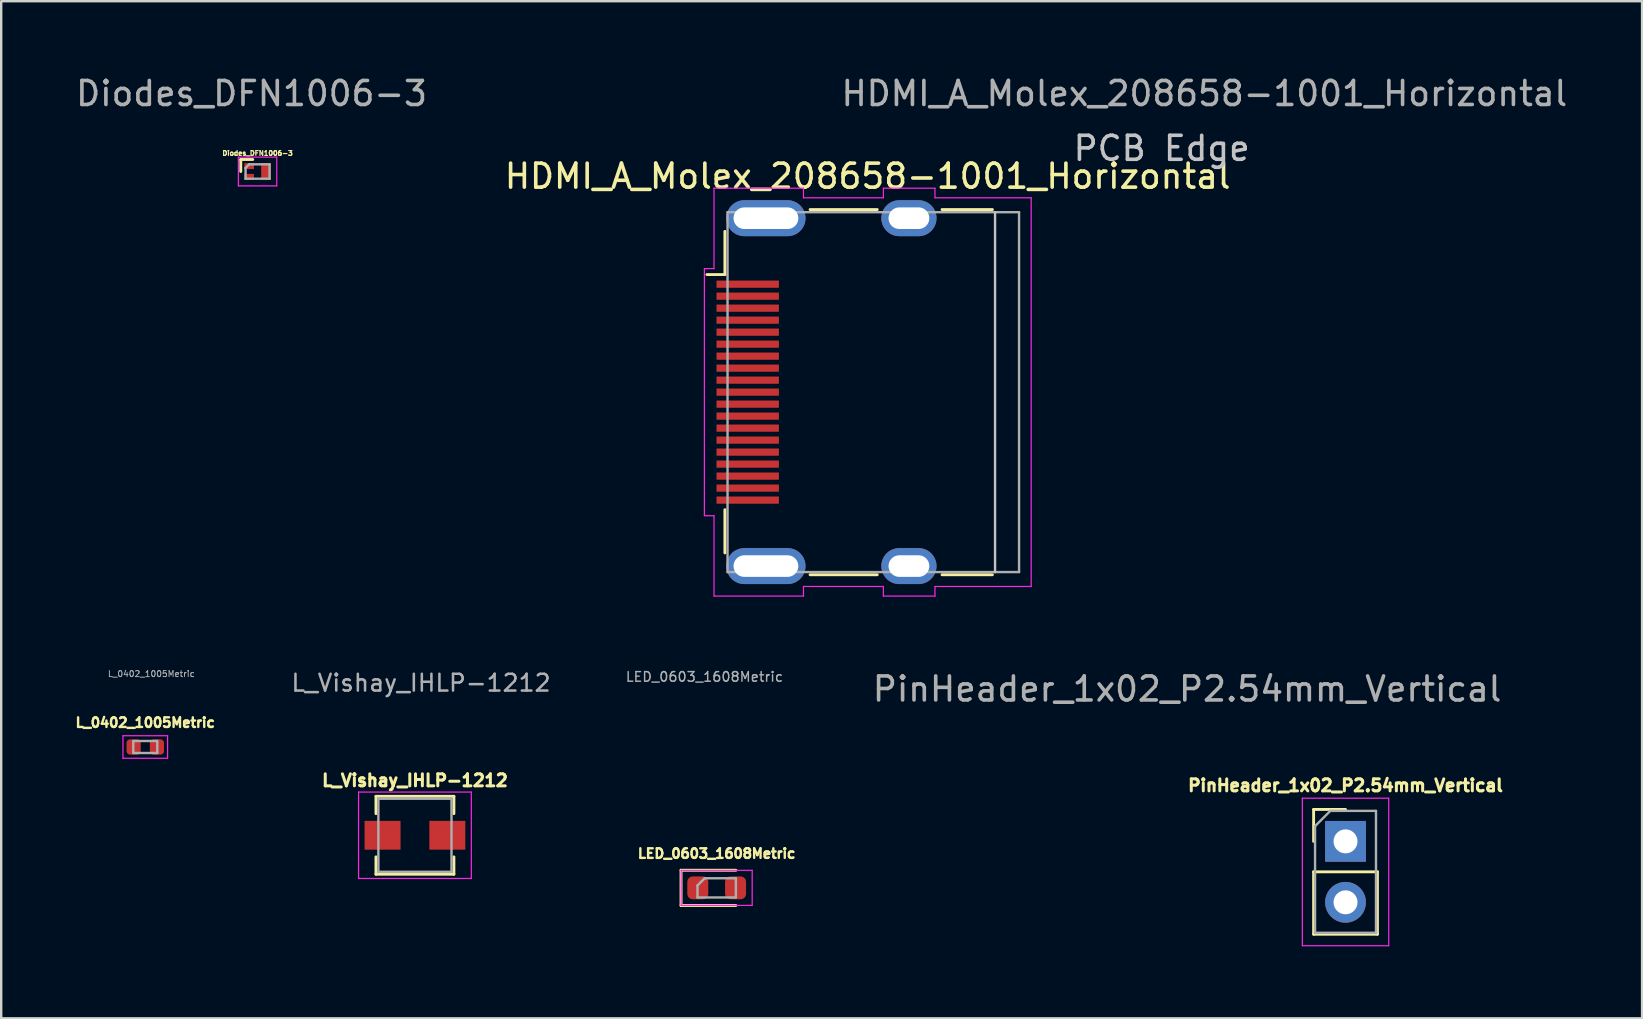
<source format=kicad_pcb>
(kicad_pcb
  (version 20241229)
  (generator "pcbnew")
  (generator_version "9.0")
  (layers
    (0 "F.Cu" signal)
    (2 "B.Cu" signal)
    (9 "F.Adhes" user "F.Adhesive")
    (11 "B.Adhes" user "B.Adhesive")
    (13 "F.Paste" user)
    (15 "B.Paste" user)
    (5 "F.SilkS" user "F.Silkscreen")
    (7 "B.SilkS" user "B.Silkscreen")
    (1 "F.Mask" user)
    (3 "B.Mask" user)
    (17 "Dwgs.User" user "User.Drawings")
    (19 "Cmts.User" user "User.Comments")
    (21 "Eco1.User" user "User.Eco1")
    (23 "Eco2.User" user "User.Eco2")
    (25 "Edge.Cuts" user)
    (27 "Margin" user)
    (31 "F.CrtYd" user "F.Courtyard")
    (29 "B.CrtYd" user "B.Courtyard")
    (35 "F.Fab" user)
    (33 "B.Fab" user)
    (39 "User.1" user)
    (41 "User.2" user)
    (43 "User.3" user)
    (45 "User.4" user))
  (footprint "LED_0603_1608Metric"
    (layer "F.Cu")
    (at 26.82 33.955)
    (property "Reference" "LED_0603_1608Metric" (at 0 -1.43 0) (layer "F.SilkS") (effects (font (size 0.4 0.4) (thickness 0.1))))
    (attr smd)
    (fp_line (start -1.485 -0.735) (end -1.485 0.735) (stroke (width 0.12) (type solid)) (layer "F.SilkS"))
    (fp_line (start -1.485 0.735) (end 0.8 0.735) (stroke (width 0.12) (type solid)) (layer "F.SilkS"))
    (fp_line (start 0.8 -0.735) (end -1.485 -0.735) (stroke (width 0.12) (type solid)) (layer "F.SilkS"))
    (fp_line (start -1.48 -0.73) (end 1.48 -0.73) (stroke (width 0.05) (type solid)) (layer "F.CrtYd"))
    (fp_line (start -1.48 0.73) (end -1.48 -0.73) (stroke (width 0.05) (type solid)) (layer "F.CrtYd"))
    (fp_line (start 1.48 -0.73) (end 1.48 0.73) (stroke (width 0.05) (type solid)) (layer "F.CrtYd"))
    (fp_line (start 1.48 0.73) (end -1.48 0.73) (stroke (width 0.05) (type solid)) (layer "F.CrtYd"))
    (fp_line (start -0.8 -0.1) (end -0.8 0.4) (stroke (width 0.1) (type solid)) (layer "F.Fab"))
    (fp_line (start -0.8 0.4) (end 0.8 0.4) (stroke (width 0.1) (type solid)) (layer "F.Fab"))
    (fp_line (start -0.5 -0.4) (end -0.8 -0.1) (stroke (width 0.1) (type solid)) (layer "F.Fab"))
    (fp_line (start 0.8 -0.4) (end -0.5 -0.4) (stroke (width 0.1) (type solid)) (layer "F.Fab"))
    (fp_line (start 0.8 0.4) (end 0.8 -0.4) (stroke (width 0.1) (type solid)) (layer "F.Fab"))
    (fp_text user "${REFERENCE}" (at -0.508 -8.796 0) (layer "F.Fab") (effects (font (size 0.4 0.4) (thickness 0.06))))
    (pad "1" smd roundrect (at -0.787 0) (size 0.875 0.95) (layers "F.Cu" "F.Mask" "F.Paste") (roundrect_rratio 0.25))
    (pad "2" smd roundrect (at 0.787 0) (size 0.875 0.95) (layers "F.Cu" "F.Mask" "F.Paste") (roundrect_rratio 0.25)))
  (footprint "PinHeader_1x02_P2.54mm_Vertical"
    (layer "F.Cu")
    (at 53.03 32.017)
    (property "Reference" "PinHeader_1x02_P2.54mm_Vertical" (at 0 -2.33 0) (layer "F.SilkS") (effects (font (size 0.5 0.5) (thickness 0.125))))
    (attr through_hole)
    (fp_line (start -1.33 -1.33) (end 0 -1.33) (stroke (width 0.12) (type solid)) (layer "F.SilkS"))
    (fp_line (start -1.33 0) (end -1.33 -1.33) (stroke (width 0.12) (type solid)) (layer "F.SilkS"))
    (fp_line (start -1.33 1.27) (end -1.33 3.87) (stroke (width 0.12) (type solid)) (layer "F.SilkS"))
    (fp_line (start -1.33 1.27) (end 1.33 1.27) (stroke (width 0.12) (type solid)) (layer "F.SilkS"))
    (fp_line (start -1.33 3.87) (end 1.33 3.87) (stroke (width 0.12) (type solid)) (layer "F.SilkS"))
    (fp_line (start 1.33 1.27) (end 1.33 3.87) (stroke (width 0.12) (type solid)) (layer "F.SilkS"))
    (fp_line (start -1.8 -1.8) (end -1.8 4.35) (stroke (width 0.05) (type solid)) (layer "F.CrtYd"))
    (fp_line (start -1.8 4.35) (end 1.8 4.35) (stroke (width 0.05) (type solid)) (layer "F.CrtYd"))
    (fp_line (start 1.8 -1.8) (end -1.8 -1.8) (stroke (width 0.05) (type solid)) (layer "F.CrtYd"))
    (fp_line (start 1.8 4.35) (end 1.8 -1.8) (stroke (width 0.05) (type solid)) (layer "F.CrtYd"))
    (fp_line (start -1.27 -0.635) (end -0.635 -1.27) (stroke (width 0.1) (type solid)) (layer "F.Fab"))
    (fp_line (start -1.27 3.81) (end -1.27 -0.635) (stroke (width 0.1) (type solid)) (layer "F.Fab"))
    (fp_line (start -0.635 -1.27) (end 1.27 -1.27) (stroke (width 0.1) (type solid)) (layer "F.Fab"))
    (fp_line (start 1.27 -1.27) (end 1.27 3.81) (stroke (width 0.1) (type solid)) (layer "F.Fab"))
    (fp_line (start 1.27 3.81) (end -1.27 3.81) (stroke (width 0.1) (type solid)) (layer "F.Fab"))
    (fp_text user "${REFERENCE}" (at -6.604 -6.35 180) (layer "F.Fab") (effects (font (size 1 1) (thickness 0.15))))
    (pad "1" thru_hole rect (at 0 0) (size 1.7 1.7) (drill 1) (layers "*.Cu" "*.Mask"))
    (pad "2" thru_hole oval (at 0 2.54) (size 1.7 1.7) (drill 1) (layers "*.Cu" "*.Mask")))
  (footprint "Diodes_DFN1006-3"
    (layer "F.Cu")
    (at 7.685 4.098)
    (property "Reference" "Diodes_DFN1006-3" (at 0 -0.762 0) (layer "F.SilkS") (effects (font (size 0.2 0.2) (thickness 0.05))))
    (attr smd)
    (fp_line (start -0.7 -0.5) (end -0.7 0) (stroke (width 0.12) (type solid)) (layer "F.SilkS"))
    (fp_line (start -0.2 -0.5) (end -0.7 -0.5) (stroke (width 0.12) (type solid)) (layer "F.SilkS"))
    (fp_line (start -0.8 -0.6) (end 0.8 -0.6) (stroke (width 0.05) (type solid)) (layer "F.CrtYd"))
    (fp_line (start -0.8 0.6) (end -0.8 -0.6) (stroke (width 0.05) (type solid)) (layer "F.CrtYd"))
    (fp_line (start 0.8 -0.6) (end 0.8 0.6) (stroke (width 0.05) (type solid)) (layer "F.CrtYd"))
    (fp_line (start 0.8 0.6) (end -0.8 0.6) (stroke (width 0.05) (type solid)) (layer "F.CrtYd"))
    (fp_line (start -0.5 0.3) (end -0.5 -0.15) (stroke (width 0.1) (type solid)) (layer "F.Fab"))
    (fp_line (start -0.35 -0.3) (end -0.5 -0.15) (stroke (width 0.1) (type solid)) (layer "F.Fab"))
    (fp_line (start -0.35 -0.3) (end 0.5 -0.3) (stroke (width 0.1) (type solid)) (layer "F.Fab"))
    (fp_line (start 0.5 -0.3) (end 0.5 0.3) (stroke (width 0.1) (type solid)) (layer "F.Fab"))
    (fp_line (start 0.5 0.3) (end -0.5 0.3) (stroke (width 0.1) (type solid)) (layer "F.Fab"))
    (fp_text user "${REFERENCE}" (at -0.25 -3.25 0) (layer "F.Fab") (effects (font (size 1 1) (thickness 0.15))))
    (pad "1" smd rect (at -0.35 -0.225 270) (size 0.25 0.4) (layers "F.Cu" "F.Mask" "F.Paste"))
    (pad "2" smd rect (at -0.35 0.225 270) (size 0.25 0.4) (layers "F.Cu" "F.Mask" "F.Paste"))
    (pad "3" smd rect (at 0.35 0 270) (size 0.7 0.4) (layers "F.Cu" "F.Mask" "F.Paste")))
  (footprint "L_0402_1005Metric"
    (layer "F.Cu")
    (at 3.005 28.084)
    (property "Reference" "L_0402_1005Metric" (at 0 -1.016 0) (layer "F.SilkS") (effects (font (size 0.4 0.4) (thickness 0.1))))
    (attr smd)
    (fp_line (start -0.93 -0.47) (end 0.93 -0.47) (stroke (width 0.05) (type solid)) (layer "F.CrtYd"))
    (fp_line (start -0.93 0.47) (end -0.93 -0.47) (stroke (width 0.05) (type solid)) (layer "F.CrtYd"))
    (fp_line (start 0.93 -0.47) (end 0.93 0.47) (stroke (width 0.05) (type solid)) (layer "F.CrtYd"))
    (fp_line (start 0.93 0.47) (end -0.93 0.47) (stroke (width 0.05) (type solid)) (layer "F.CrtYd"))
    (fp_line (start -0.5 -0.25) (end 0.5 -0.25) (stroke (width 0.1) (type solid)) (layer "F.Fab"))
    (fp_line (start -0.5 0.25) (end -0.5 -0.25) (stroke (width 0.1) (type solid)) (layer "F.Fab"))
    (fp_line (start 0.5 -0.25) (end 0.5 0.25) (stroke (width 0.1) (type solid)) (layer "F.Fab"))
    (fp_line (start 0.5 0.25) (end -0.5 0.25) (stroke (width 0.1) (type solid)) (layer "F.Fab"))
    (fp_text user "${REFERENCE}" (at 0.254 -3.048 0) (layer "F.Fab") (effects (font (size 0.25 0.25) (thickness 0.04))))
    (pad "1" smd roundrect (at -0.485 0) (size 0.59 0.64) (layers "F.Cu" "F.Mask" "F.Paste") (roundrect_rratio 0.25))
    (pad "2" smd roundrect (at 0.485 0) (size 0.59 0.64) (layers "F.Cu" "F.Mask" "F.Paste") (roundrect_rratio 0.25)))
  (footprint "L_Vishay_IHLP-1212"
    (layer "F.Cu")
    (at 14.244 31.763)
    (property "Reference" "L_Vishay_IHLP-1212" (at 0 -2.286 0) (layer "F.SilkS") (effects (font (size 0.5 0.5) (thickness 0.125))))
    (attr smd)
    (fp_line (start -1.624 -1.624) (end 1.624 -1.624) (stroke (width 0.12) (type solid)) (layer "F.SilkS"))
    (fp_line (start -1.624 -0.9) (end -1.624 -1.624) (stroke (width 0.12) (type solid)) (layer "F.SilkS"))
    (fp_line (start -1.624 0.9) (end -1.624 1.624) (stroke (width 0.12) (type solid)) (layer "F.SilkS"))
    (fp_line (start -1.624 1.624) (end 1.624 1.624) (stroke (width 0.12) (type solid)) (layer "F.SilkS"))
    (fp_line (start 1.624 -1.624) (end 1.624 -0.9) (stroke (width 0.12) (type solid)) (layer "F.SilkS"))
    (fp_line (start 1.624 1.624) (end 1.624 0.9) (stroke (width 0.12) (type solid)) (layer "F.SilkS"))
    (fp_line (start -2.35 -1.8) (end -2.35 1.8) (stroke (width 0.05) (type solid)) (layer "F.CrtYd"))
    (fp_line (start -2.35 1.8) (end 2.35 1.8) (stroke (width 0.05) (type solid)) (layer "F.CrtYd"))
    (fp_line (start 2.35 -1.8) (end -2.35 -1.8) (stroke (width 0.05) (type solid)) (layer "F.CrtYd"))
    (fp_line (start 2.35 1.8) (end 2.35 -1.8) (stroke (width 0.05) (type solid)) (layer "F.CrtYd"))
    (fp_line (start -1.524 -1.524) (end -1.524 1.524) (stroke (width 0.1) (type solid)) (layer "F.Fab"))
    (fp_line (start -1.524 1.524) (end 1.524 1.524) (stroke (width 0.1) (type solid)) (layer "F.Fab"))
    (fp_line (start 1.524 -1.524) (end -1.524 -1.524) (stroke (width 0.1) (type solid)) (layer "F.Fab"))
    (fp_line (start 1.524 1.524) (end 1.524 -1.524) (stroke (width 0.1) (type solid)) (layer "F.Fab"))
    (fp_text user "${REFERENCE}" (at 0.254 -6.35 0) (layer "F.Fab") (effects (font (size 0.7 0.7) (thickness 0.105))))
    (pad "1" smd rect (at -1.35 0) (size 1.5 1.2) (layers "F.Cu" "F.Mask" "F.Paste"))
    (pad "2" smd rect (at 1.35 0) (size 1.5 1.2) (layers "F.Cu" "F.Mask" "F.Paste")))
  (footprint "HDMI_A_Molex_208658-1001_Horizontal"
    (layer "F.Cu")
    (at 31.398 13.294)
    (property "Reference" "HDMI_A_Molex_208658-1001_Horizontal" (at 1.715 -9 0) (layer "F.SilkS") (effects (font (size 1 1) (thickness 0.15))))
    (attr smd)
    (fp_line (start -4.985 -4.9) (end -4.235 -4.9) (stroke (width 0.12) (type solid)) (layer "F.SilkS"))
    (fp_line (start -4.235 -4.9) (end -4.235 -6.7) (stroke (width 0.12) (type solid)) (layer "F.SilkS"))
    (fp_line (start -4.235 6.7) (end -4.235 4.9) (stroke (width 0.12) (type solid)) (layer "F.SilkS"))
    (fp_line (start -0.685 -7.61) (end 2.115 -7.61) (stroke (width 0.12) (type solid)) (layer "F.SilkS"))
    (fp_line (start -0.685 7.61) (end 2.115 7.61) (stroke (width 0.12) (type solid)) (layer "F.SilkS"))
    (fp_line (start 4.815 -7.61) (end 6.915 -7.61) (stroke (width 0.12) (type solid)) (layer "F.SilkS"))
    (fp_line (start 4.815 7.61) (end 6.915 7.61) (stroke (width 0.12) (type solid)) (layer "F.SilkS"))
    (fp_line (start 7.025 -7.5) (end 7.025 7.5) (stroke (width 0.1) (type solid)) (layer "Dwgs.User"))
    (fp_line (start -5.09 5.15) (end -5.09 -5.15) (stroke (width 0.05) (type solid)) (layer "F.CrtYd"))
    (fp_line (start -4.69 -5.15) (end -5.09 -5.15) (stroke (width 0.05) (type solid)) (layer "F.CrtYd"))
    (fp_line (start -4.69 -5.15) (end -4.69 -8.5) (stroke (width 0.05) (type solid)) (layer "F.CrtYd"))
    (fp_line (start -4.69 5.15) (end -5.09 5.15) (stroke (width 0.05) (type solid)) (layer "F.CrtYd"))
    (fp_line (start -4.69 8.5) (end -4.69 5.15) (stroke (width 0.05) (type solid)) (layer "F.CrtYd"))
    (fp_line (start -0.96 -8.5) (end -4.69 -8.5) (stroke (width 0.05) (type solid)) (layer "F.CrtYd"))
    (fp_line (start -0.96 -8.1) (end -0.96 -8.5) (stroke (width 0.05) (type solid)) (layer "F.CrtYd"))
    (fp_line (start -0.96 8.5) (end -4.69 8.5) (stroke (width 0.05) (type solid)) (layer "F.CrtYd"))
    (fp_line (start -0.96 8.5) (end -0.96 8.1) (stroke (width 0.05) (type solid)) (layer "F.CrtYd"))
    (fp_line (start 2.37 -8.1) (end -0.96 -8.1) (stroke (width 0.05) (type solid)) (layer "F.CrtYd"))
    (fp_line (start 2.37 -8.1) (end 2.37 -8.5) (stroke (width 0.05) (type solid)) (layer "F.CrtYd"))
    (fp_line (start 2.37 8.1) (end -0.96 8.1) (stroke (width 0.05) (type solid)) (layer "F.CrtYd"))
    (fp_line (start 2.37 8.5) (end 2.37 8.1) (stroke (width 0.05) (type solid)) (layer "F.CrtYd"))
    (fp_line (start 4.52 -8.5) (end 2.37 -8.5) (stroke (width 0.05) (type solid)) (layer "F.CrtYd"))
    (fp_line (start 4.52 -8.1) (end 4.52 -8.5) (stroke (width 0.05) (type solid)) (layer "F.CrtYd"))
    (fp_line (start 4.52 8.5) (end 2.37 8.5) (stroke (width 0.05) (type solid)) (layer "F.CrtYd"))
    (fp_line (start 4.52 8.5) (end 4.52 8.1) (stroke (width 0.05) (type solid)) (layer "F.CrtYd"))
    (fp_line (start 8.53 -8.1) (end 4.52 -8.1) (stroke (width 0.05) (type solid)) (layer "F.CrtYd"))
    (fp_line (start 8.53 8.1) (end 4.52 8.1) (stroke (width 0.05) (type solid)) (layer "F.CrtYd"))
    (fp_line (start 8.53 8.1) (end 8.53 -8.1) (stroke (width 0.05) (type solid)) (layer "F.CrtYd"))
    (fp_line (start -4.125 -7.5) (end -4.125 7.5) (stroke (width 0.1) (type solid)) (layer "F.Fab"))
    (fp_line (start -4.125 -7.5) (end 8.025 -7.5) (stroke (width 0.1) (type solid)) (layer "F.Fab"))
    (fp_line (start -4.125 7.5) (end 8.025 7.5) (stroke (width 0.1) (type solid)) (layer "F.Fab"))
    (fp_line (start 8.025 -7.5) (end 8.025 7.5) (stroke (width 0.1) (type solid)) (layer "F.Fab"))
    (fp_text user "PCB Edge" (at 13.97 -10.16 0) (layer "Dwgs.User") (effects (font (size 1 1) (thickness 0.15))))
    (fp_text user "${REFERENCE}" (at 15.748 -12.446 0) (layer "F.Fab") (effects (font (size 1 1) (thickness 0.15))))
    (pad "1" smd rect (at -3.285 -4.5) (size 2.6 0.3) (layers "F.Cu" "F.Mask" "F.Paste"))
    (pad "2" smd rect (at -3.285 -4) (size 2.6 0.3) (layers "F.Cu" "F.Mask" "F.Paste"))
    (pad "3" smd rect (at -3.285 -3.5) (size 2.6 0.3) (layers "F.Cu" "F.Mask" "F.Paste"))
    (pad "4" smd rect (at -3.285 -3) (size 2.6 0.3) (layers "F.Cu" "F.Mask" "F.Paste"))
    (pad "5" smd rect (at -3.285 -2.5) (size 2.6 0.3) (layers "F.Cu" "F.Mask" "F.Paste"))
    (pad "6" smd rect (at -3.285 -2) (size 2.6 0.3) (layers "F.Cu" "F.Mask" "F.Paste"))
    (pad "7" smd rect (at -3.285 -1.5) (size 2.6 0.3) (layers "F.Cu" "F.Mask" "F.Paste"))
    (pad "8" smd rect (at -3.285 -1) (size 2.6 0.3) (layers "F.Cu" "F.Mask" "F.Paste"))
    (pad "9" smd rect (at -3.285 -0.5) (size 2.6 0.3) (layers "F.Cu" "F.Mask" "F.Paste"))
    (pad "10" smd rect (at -3.285 0) (size 2.6 0.3) (layers "F.Cu" "F.Mask" "F.Paste"))
    (pad "11" smd rect (at -3.285 0.5) (size 2.6 0.3) (layers "F.Cu" "F.Mask" "F.Paste"))
    (pad "12" smd rect (at -3.285 1) (size 2.6 0.3) (layers "F.Cu" "F.Mask" "F.Paste"))
    (pad "13" smd rect (at -3.285 1.5) (size 2.6 0.3) (layers "F.Cu" "F.Mask" "F.Paste"))
    (pad "14" smd rect (at -3.285 2) (size 2.6 0.3) (layers "F.Cu" "F.Mask" "F.Paste"))
    (pad "15" smd rect (at -3.285 2.5) (size 2.6 0.3) (layers "F.Cu" "F.Mask" "F.Paste"))
    (pad "16" smd rect (at -3.285 3) (size 2.6 0.3) (layers "F.Cu" "F.Mask" "F.Paste"))
    (pad "17" smd rect (at -3.285 3.5) (size 2.6 0.3) (layers "F.Cu" "F.Mask" "F.Paste"))
    (pad "18" smd rect (at -3.285 4) (size 2.6 0.3) (layers "F.Cu" "F.Mask" "F.Paste"))
    (pad "19" smd rect (at -3.285 4.5) (size 2.6 0.3) (layers "F.Cu" "F.Mask" "F.Paste"))
    (pad "SH" thru_hole oval (at -2.525 -7.25) (size 3.3 1.5) (drill oval 2.7 0.9) (layers "*.Cu" "*.Mask"))
    (pad "SH" thru_hole oval (at -2.525 7.25) (size 3.3 1.5) (drill oval 2.7 0.9) (layers "*.Cu" "*.Mask"))
    (pad "SH" thru_hole oval (at 3.435 -7.25) (size 2.3 1.5) (drill oval 1.7 0.9) (layers "*.Cu" "*.Mask"))
    (pad "SH" thru_hole oval (at 3.435 7.25) (size 2.3 1.5) (drill oval 1.7 0.9) (layers "*.Cu" "*.Mask")))
  (gr_rect
    (start -3 -3)
    (end 65.39 39.392)
    (stroke (width 0.1) (type default))
    (fill no)
    (layer "Edge.Cuts")))
</source>
